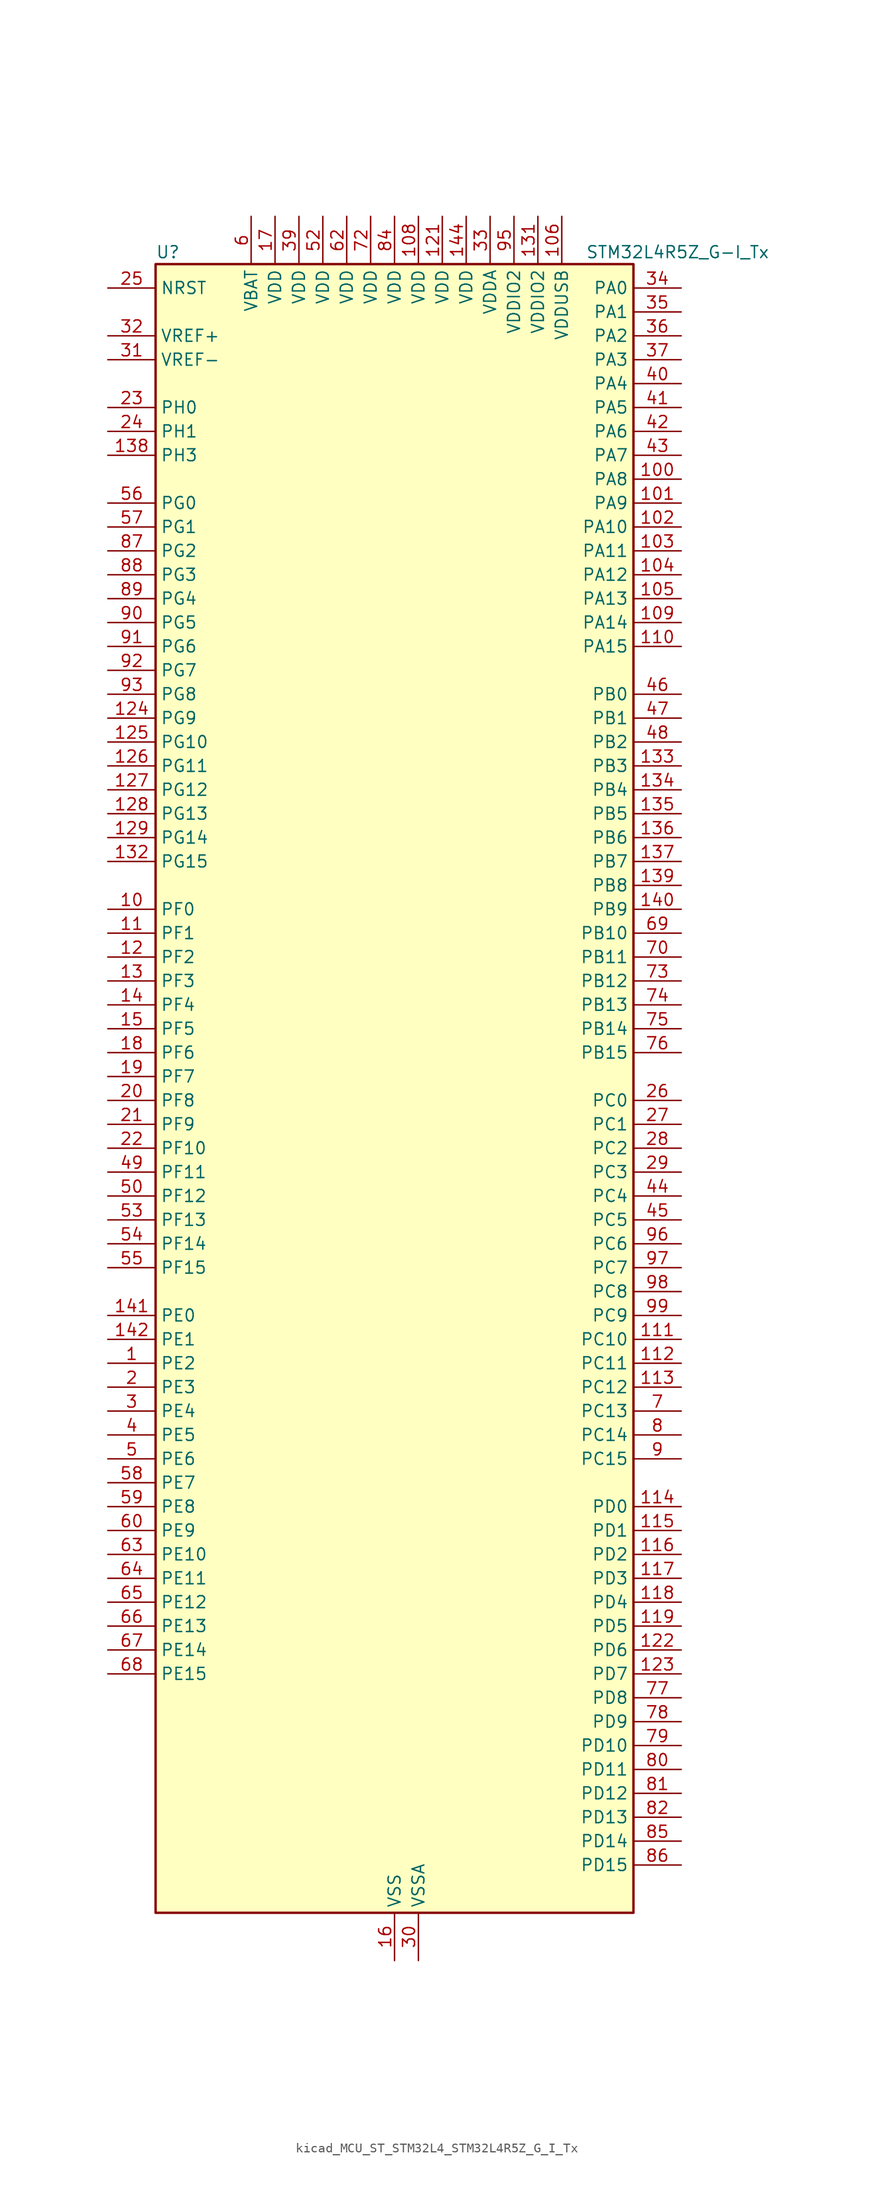
<source format=kicad_sym>
(kicad_symbol_lib
  (version 20220914)
  (generator kicad_symbol_editor)
  (symbol "kicad_MCU_ST_STM32L4_STM32L4R5Z_G_I_Tx"
    (property "Reference" "U"
      (at -25.4 90.17 0)
      (effects (font (size 1.27 1.27)) (justify left)))
    (property "Value" "STM32L4R5Z_G-I_Tx"
      (at 20.32 90.17 0)
      (effects (font (size 1.27 1.27)) (justify left)))
    (property "ki_locked" ""
      (at 0 0 0)
      (effects (font (size 1.27 1.27))))
    (symbol "kicad_MCU_ST_STM32L4_STM32L4R5Z_G_I_Tx_0_1"
      (rectangle (start -25.4 -86.36) (end 25.4 88.9) (stroke (width 0.254) (type default)) (fill (type background))))
    (symbol "kicad_MCU_ST_STM32L4_STM32L4R5Z_G_I_Tx_1_1"
      (pin bidirectional line (at -30.48 -27.94 0) (length 5.08) (name "PE2" (effects (font (size 1.27 1.27)))) (number "1" (effects (font (size 1.27 1.27)))) (alternate "FMC_A23" bidirectional line) (alternate "SAI1_CK1" bidirectional line) (alternate "SAI1_MCLK_A" bidirectional line) (alternate "SYS_TRACECLK" bidirectional line) (alternate "TIM3_ETR" bidirectional line) (alternate "TSC_G7_IO1" bidirectional line))
      (pin bidirectional line (at -30.48 20.32 0) (length 5.08) (name "PF0" (effects (font (size 1.27 1.27)))) (number "10" (effects (font (size 1.27 1.27)))) (alternate "FMC_A0" bidirectional line) (alternate "I2C2_SDA" bidirectional line) (alternate "OCTOSPIM_P2_IO0" bidirectional line))
      (pin bidirectional line (at 30.48 66.04 180) (length 5.08) (name "PA8" (effects (font (size 1.27 1.27)))) (number "100" (effects (font (size 1.27 1.27)))) (alternate "LPTIM2_OUT" bidirectional line) (alternate "RCC_MCO" bidirectional line) (alternate "SAI1_CK2" bidirectional line) (alternate "SAI1_SCK_A" bidirectional line) (alternate "TIM1_CH1" bidirectional line) (alternate "USART1_CK" bidirectional line) (alternate "USB_OTG_FS_SOF" bidirectional line))
      (pin bidirectional line (at 30.48 63.5 180) (length 5.08) (name "PA9" (effects (font (size 1.27 1.27)))) (number "101" (effects (font (size 1.27 1.27)))) (alternate "DAC1_EXTI9" bidirectional line) (alternate "DCMI_D0" bidirectional line) (alternate "SAI1_FS_A" bidirectional line) (alternate "SPI2_SCK" bidirectional line) (alternate "TIM15_BKIN" bidirectional line) (alternate "TIM1_CH2" bidirectional line) (alternate "USART1_TX" bidirectional line) (alternate "USB_OTG_FS_VBUS" bidirectional line))
      (pin bidirectional line (at 30.48 60.96 180) (length 5.08) (name "PA10" (effects (font (size 1.27 1.27)))) (number "102" (effects (font (size 1.27 1.27)))) (alternate "DCMI_D1" bidirectional line) (alternate "SAI1_D1" bidirectional line) (alternate "SAI1_SD_A" bidirectional line) (alternate "TIM17_BKIN" bidirectional line) (alternate "TIM1_CH3" bidirectional line) (alternate "USART1_RX" bidirectional line) (alternate "USB_OTG_FS_ID" bidirectional line))
      (pin bidirectional line (at 30.48 58.42 180) (length 5.08) (name "PA11" (effects (font (size 1.27 1.27)))) (number "103" (effects (font (size 1.27 1.27)))) (alternate "ADC1_EXTI11" bidirectional line) (alternate "CAN1_RX" bidirectional line) (alternate "SPI1_MISO" bidirectional line) (alternate "TIM1_BKIN2" bidirectional line) (alternate "TIM1_CH4" bidirectional line) (alternate "USART1_CTS" bidirectional line) (alternate "USART1_NSS" bidirectional line) (alternate "USB_OTG_FS_DM" bidirectional line))
      (pin bidirectional line (at 30.48 55.88 180) (length 5.08) (name "PA12" (effects (font (size 1.27 1.27)))) (number "104" (effects (font (size 1.27 1.27)))) (alternate "CAN1_TX" bidirectional line) (alternate "SPI1_MOSI" bidirectional line) (alternate "TIM1_ETR" bidirectional line) (alternate "USART1_DE" bidirectional line) (alternate "USART1_RTS" bidirectional line) (alternate "USB_OTG_FS_DP" bidirectional line))
      (pin bidirectional line (at 30.48 53.34 180) (length 5.08) (name "PA13" (effects (font (size 1.27 1.27)))) (number "105" (effects (font (size 1.27 1.27)))) (alternate "IR_OUT" bidirectional line) (alternate "SAI1_SD_B" bidirectional line) (alternate "SYS_JTMS-SWDIO" bidirectional line) (alternate "USB_OTG_FS_NOE" bidirectional line))
      (pin power_in line (at 17.78 93.98 270) (length 5.08) (name "VDDUSB" (effects (font (size 1.27 1.27)))) (number "106" (effects (font (size 1.27 1.27)))))
      (pin passive line (at 0 -91.44 90) (length 5.08) hide (name "VSS" (effects (font (size 1.27 1.27)))) (number "107" (effects (font (size 1.27 1.27)))))
      (pin power_in line (at 2.54 93.98 270) (length 5.08) (name "VDD" (effects (font (size 1.27 1.27)))) (number "108" (effects (font (size 1.27 1.27)))))
      (pin bidirectional line (at 30.48 50.8 180) (length 5.08) (name "PA14" (effects (font (size 1.27 1.27)))) (number "109" (effects (font (size 1.27 1.27)))) (alternate "I2C1_SMBA" bidirectional line) (alternate "I2C4_SMBA" bidirectional line) (alternate "LPTIM1_OUT" bidirectional line) (alternate "SAI1_FS_B" bidirectional line) (alternate "SYS_JTCK-SWCLK" bidirectional line) (alternate "USB_OTG_FS_SOF" bidirectional line))
      (pin bidirectional line (at -30.48 17.78 0) (length 5.08) (name "PF1" (effects (font (size 1.27 1.27)))) (number "11" (effects (font (size 1.27 1.27)))) (alternate "FMC_A1" bidirectional line) (alternate "I2C2_SCL" bidirectional line) (alternate "OCTOSPIM_P2_IO1" bidirectional line))
      (pin bidirectional line (at 30.48 48.26 180) (length 5.08) (name "PA15" (effects (font (size 1.27 1.27)))) (number "110" (effects (font (size 1.27 1.27)))) (alternate "ADC1_EXTI15" bidirectional line) (alternate "SAI2_FS_B" bidirectional line) (alternate "SPI1_NSS" bidirectional line) (alternate "SPI3_NSS" bidirectional line) (alternate "SYS_JTDI" bidirectional line) (alternate "TIM2_CH1" bidirectional line) (alternate "TIM2_ETR" bidirectional line) (alternate "TSC_G3_IO1" bidirectional line) (alternate "UART4_DE" bidirectional line) (alternate "UART4_RTS" bidirectional line) (alternate "USART2_RX" bidirectional line) (alternate "USART3_DE" bidirectional line) (alternate "USART3_RTS" bidirectional line))
      (pin bidirectional line (at 30.48 -25.4 180) (length 5.08) (name "PC10" (effects (font (size 1.27 1.27)))) (number "111" (effects (font (size 1.27 1.27)))) (alternate "DCMI_D8" bidirectional line) (alternate "SAI2_SCK_B" bidirectional line) (alternate "SDMMC1_D2" bidirectional line) (alternate "SPI3_SCK" bidirectional line) (alternate "SYS_TRACED1" bidirectional line) (alternate "TSC_G3_IO2" bidirectional line) (alternate "UART4_TX" bidirectional line) (alternate "USART3_TX" bidirectional line))
      (pin bidirectional line (at 30.48 -27.94 180) (length 5.08) (name "PC11" (effects (font (size 1.27 1.27)))) (number "112" (effects (font (size 1.27 1.27)))) (alternate "ADC1_EXTI11" bidirectional line) (alternate "DCMI_D2" bidirectional line) (alternate "DCMI_D4" bidirectional line) (alternate "OCTOSPIM_P1_NCS" bidirectional line) (alternate "SAI2_MCLK_B" bidirectional line) (alternate "SDMMC1_D3" bidirectional line) (alternate "SPI3_MISO" bidirectional line) (alternate "TSC_G3_IO3" bidirectional line) (alternate "UART4_RX" bidirectional line) (alternate "USART3_RX" bidirectional line))
      (pin bidirectional line (at 30.48 -30.48 180) (length 5.08) (name "PC12" (effects (font (size 1.27 1.27)))) (number "113" (effects (font (size 1.27 1.27)))) (alternate "DCMI_D9" bidirectional line) (alternate "SAI2_SD_B" bidirectional line) (alternate "SDMMC1_CK" bidirectional line) (alternate "SPI3_MOSI" bidirectional line) (alternate "SYS_TRACED3" bidirectional line) (alternate "TSC_G3_IO4" bidirectional line) (alternate "UART5_TX" bidirectional line) (alternate "USART3_CK" bidirectional line))
      (pin bidirectional line (at 30.48 -43.18 180) (length 5.08) (name "PD0" (effects (font (size 1.27 1.27)))) (number "114" (effects (font (size 1.27 1.27)))) (alternate "CAN1_RX" bidirectional line) (alternate "DFSDM1_DATIN7" bidirectional line) (alternate "FMC_D2" bidirectional line) (alternate "FMC_DA2" bidirectional line) (alternate "SPI2_NSS" bidirectional line))
      (pin bidirectional line (at 30.48 -45.72 180) (length 5.08) (name "PD1" (effects (font (size 1.27 1.27)))) (number "115" (effects (font (size 1.27 1.27)))) (alternate "CAN1_TX" bidirectional line) (alternate "DFSDM1_CKIN7" bidirectional line) (alternate "FMC_D3" bidirectional line) (alternate "FMC_DA3" bidirectional line) (alternate "SPI2_SCK" bidirectional line))
      (pin bidirectional line (at 30.48 -48.26 180) (length 5.08) (name "PD2" (effects (font (size 1.27 1.27)))) (number "116" (effects (font (size 1.27 1.27)))) (alternate "DCMI_D11" bidirectional line) (alternate "SDMMC1_CMD" bidirectional line) (alternate "SYS_TRACED2" bidirectional line) (alternate "TIM3_ETR" bidirectional line) (alternate "TSC_SYNC" bidirectional line) (alternate "UART5_RX" bidirectional line) (alternate "USART3_DE" bidirectional line) (alternate "USART3_RTS" bidirectional line))
      (pin bidirectional line (at 30.48 -50.8 180) (length 5.08) (name "PD3" (effects (font (size 1.27 1.27)))) (number "117" (effects (font (size 1.27 1.27)))) (alternate "DCMI_D5" bidirectional line) (alternate "DFSDM1_DATIN0" bidirectional line) (alternate "FMC_CLK" bidirectional line) (alternate "OCTOSPIM_P2_NCS" bidirectional line) (alternate "SPI2_MISO" bidirectional line) (alternate "SPI2_SCK" bidirectional line) (alternate "USART2_CTS" bidirectional line) (alternate "USART2_NSS" bidirectional line))
      (pin bidirectional line (at 30.48 -53.34 180) (length 5.08) (name "PD4" (effects (font (size 1.27 1.27)))) (number "118" (effects (font (size 1.27 1.27)))) (alternate "DFSDM1_CKIN0" bidirectional line) (alternate "FMC_NOE" bidirectional line) (alternate "OCTOSPIM_P1_IO4" bidirectional line) (alternate "SPI2_MOSI" bidirectional line) (alternate "USART2_DE" bidirectional line) (alternate "USART2_RTS" bidirectional line))
      (pin bidirectional line (at 30.48 -55.88 180) (length 5.08) (name "PD5" (effects (font (size 1.27 1.27)))) (number "119" (effects (font (size 1.27 1.27)))) (alternate "FMC_NWE" bidirectional line) (alternate "OCTOSPIM_P1_IO5" bidirectional line) (alternate "USART2_TX" bidirectional line))
      (pin bidirectional line (at -30.48 15.24 0) (length 5.08) (name "PF2" (effects (font (size 1.27 1.27)))) (number "12" (effects (font (size 1.27 1.27)))) (alternate "FMC_A2" bidirectional line) (alternate "I2C2_SMBA" bidirectional line) (alternate "OCTOSPIM_P2_IO2" bidirectional line))
      (pin passive line (at 0 -91.44 90) (length 5.08) hide (name "VSS" (effects (font (size 1.27 1.27)))) (number "120" (effects (font (size 1.27 1.27)))))
      (pin power_in line (at 5.08 93.98 270) (length 5.08) (name "VDD" (effects (font (size 1.27 1.27)))) (number "121" (effects (font (size 1.27 1.27)))))
      (pin bidirectional line (at 30.48 -58.42 180) (length 5.08) (name "PD6" (effects (font (size 1.27 1.27)))) (number "122" (effects (font (size 1.27 1.27)))) (alternate "DCMI_D10" bidirectional line) (alternate "DFSDM1_DATIN1" bidirectional line) (alternate "FMC_NWAIT" bidirectional line) (alternate "OCTOSPIM_P1_IO6" bidirectional line) (alternate "SAI1_D1" bidirectional line) (alternate "SAI1_SD_A" bidirectional line) (alternate "SPI3_MOSI" bidirectional line) (alternate "USART2_RX" bidirectional line))
      (pin bidirectional line (at 30.48 -60.96 180) (length 5.08) (name "PD7" (effects (font (size 1.27 1.27)))) (number "123" (effects (font (size 1.27 1.27)))) (alternate "DFSDM1_CKIN1" bidirectional line) (alternate "FMC_NCE" bidirectional line) (alternate "FMC_NE1" bidirectional line) (alternate "OCTOSPIM_P1_IO7" bidirectional line) (alternate "USART2_CK" bidirectional line))
      (pin bidirectional line (at -30.48 40.64 0) (length 5.08) (name "PG9" (effects (font (size 1.27 1.27)))) (number "124" (effects (font (size 1.27 1.27)))) (alternate "DAC1_EXTI9" bidirectional line) (alternate "FMC_NCE" bidirectional line) (alternate "FMC_NE2" bidirectional line) (alternate "OCTOSPIM_P2_IO6" bidirectional line) (alternate "SAI2_SCK_A" bidirectional line) (alternate "SPI3_SCK" bidirectional line) (alternate "TIM15_CH1N" bidirectional line) (alternate "USART1_TX" bidirectional line))
      (pin bidirectional line (at -30.48 38.1 0) (length 5.08) (name "PG10" (effects (font (size 1.27 1.27)))) (number "125" (effects (font (size 1.27 1.27)))) (alternate "FMC_NE3" bidirectional line) (alternate "LPTIM1_IN1" bidirectional line) (alternate "OCTOSPIM_P2_IO7" bidirectional line) (alternate "SAI2_FS_A" bidirectional line) (alternate "SPI3_MISO" bidirectional line) (alternate "TIM15_CH1" bidirectional line) (alternate "USART1_RX" bidirectional line))
      (pin bidirectional line (at -30.48 35.56 0) (length 5.08) (name "PG11" (effects (font (size 1.27 1.27)))) (number "126" (effects (font (size 1.27 1.27)))) (alternate "ADC1_EXTI11" bidirectional line) (alternate "LPTIM1_IN2" bidirectional line) (alternate "OCTOSPIM_P1_IO5" bidirectional line) (alternate "SAI2_MCLK_A" bidirectional line) (alternate "SPI3_MOSI" bidirectional line) (alternate "TIM15_CH2" bidirectional line) (alternate "USART1_CTS" bidirectional line) (alternate "USART1_NSS" bidirectional line))
      (pin bidirectional line (at -30.48 33.02 0) (length 5.08) (name "PG12" (effects (font (size 1.27 1.27)))) (number "127" (effects (font (size 1.27 1.27)))) (alternate "FMC_NE4" bidirectional line) (alternate "LPTIM1_ETR" bidirectional line) (alternate "OCTOSPIM_P2_NCS" bidirectional line) (alternate "SAI2_SD_A" bidirectional line) (alternate "SPI3_NSS" bidirectional line) (alternate "USART1_DE" bidirectional line) (alternate "USART1_RTS" bidirectional line))
      (pin bidirectional line (at -30.48 30.48 0) (length 5.08) (name "PG13" (effects (font (size 1.27 1.27)))) (number "128" (effects (font (size 1.27 1.27)))) (alternate "FMC_A24" bidirectional line) (alternate "I2C1_SDA" bidirectional line) (alternate "USART1_CK" bidirectional line))
      (pin bidirectional line (at -30.48 27.94 0) (length 5.08) (name "PG14" (effects (font (size 1.27 1.27)))) (number "129" (effects (font (size 1.27 1.27)))) (alternate "FMC_A25" bidirectional line) (alternate "I2C1_SCL" bidirectional line))
      (pin bidirectional line (at -30.48 12.7 0) (length 5.08) (name "PF3" (effects (font (size 1.27 1.27)))) (number "13" (effects (font (size 1.27 1.27)))) (alternate "FMC_A3" bidirectional line) (alternate "OCTOSPIM_P2_IO3" bidirectional line))
      (pin passive line (at 0 -91.44 90) (length 5.08) hide (name "VSS" (effects (font (size 1.27 1.27)))) (number "130" (effects (font (size 1.27 1.27)))))
      (pin power_in line (at 15.24 93.98 270) (length 5.08) (name "VDDIO2" (effects (font (size 1.27 1.27)))) (number "131" (effects (font (size 1.27 1.27)))))
      (pin bidirectional line (at -30.48 25.4 0) (length 5.08) (name "PG15" (effects (font (size 1.27 1.27)))) (number "132" (effects (font (size 1.27 1.27)))) (alternate "ADC1_EXTI15" bidirectional line) (alternate "DCMI_D13" bidirectional line) (alternate "I2C1_SMBA" bidirectional line) (alternate "LPTIM1_OUT" bidirectional line) (alternate "OCTOSPIM_P2_DQS" bidirectional line))
      (pin bidirectional line (at 30.48 35.56 180) (length 5.08) (name "PB3" (effects (font (size 1.27 1.27)))) (number "133" (effects (font (size 1.27 1.27)))) (alternate "COMP2_INM" bidirectional line) (alternate "CRS_SYNC" bidirectional line) (alternate "SAI1_SCK_B" bidirectional line) (alternate "SPI1_SCK" bidirectional line) (alternate "SPI3_SCK" bidirectional line) (alternate "SYS_JTDO-SWO" bidirectional line) (alternate "TIM2_CH2" bidirectional line) (alternate "USART1_DE" bidirectional line) (alternate "USART1_RTS" bidirectional line))
      (pin bidirectional line (at 30.48 33.02 180) (length 5.08) (name "PB4" (effects (font (size 1.27 1.27)))) (number "134" (effects (font (size 1.27 1.27)))) (alternate "COMP2_INP" bidirectional line) (alternate "DCMI_D12" bidirectional line) (alternate "I2C3_SDA" bidirectional line) (alternate "SAI1_MCLK_B" bidirectional line) (alternate "SPI1_MISO" bidirectional line) (alternate "SPI3_MISO" bidirectional line) (alternate "SYS_JTRST" bidirectional line) (alternate "TIM17_BKIN" bidirectional line) (alternate "TIM3_CH1" bidirectional line) (alternate "TSC_G2_IO1" bidirectional line) (alternate "UART5_DE" bidirectional line) (alternate "UART5_RTS" bidirectional line) (alternate "USART1_CTS" bidirectional line) (alternate "USART1_NSS" bidirectional line))
      (pin bidirectional line (at 30.48 30.48 180) (length 5.08) (name "PB5" (effects (font (size 1.27 1.27)))) (number "135" (effects (font (size 1.27 1.27)))) (alternate "COMP2_OUT" bidirectional line) (alternate "DCMI_D10" bidirectional line) (alternate "I2C1_SMBA" bidirectional line) (alternate "LPTIM1_IN1" bidirectional line) (alternate "SAI1_SD_B" bidirectional line) (alternate "SPI1_MOSI" bidirectional line) (alternate "SPI3_MOSI" bidirectional line) (alternate "TIM16_BKIN" bidirectional line) (alternate "TIM3_CH2" bidirectional line) (alternate "TSC_G2_IO2" bidirectional line) (alternate "UART5_CTS" bidirectional line) (alternate "USART1_CK" bidirectional line))
      (pin bidirectional line (at 30.48 27.94 180) (length 5.08) (name "PB6" (effects (font (size 1.27 1.27)))) (number "136" (effects (font (size 1.27 1.27)))) (alternate "COMP2_INP" bidirectional line) (alternate "DCMI_D5" bidirectional line) (alternate "DFSDM1_DATIN5" bidirectional line) (alternate "I2C1_SCL" bidirectional line) (alternate "I2C4_SCL" bidirectional line) (alternate "LPTIM1_ETR" bidirectional line) (alternate "SAI1_FS_B" bidirectional line) (alternate "TIM16_CH1N" bidirectional line) (alternate "TIM4_CH1" bidirectional line) (alternate "TIM8_BKIN2" bidirectional line) (alternate "TSC_G2_IO3" bidirectional line) (alternate "USART1_TX" bidirectional line))
      (pin bidirectional line (at 30.48 25.4 180) (length 5.08) (name "PB7" (effects (font (size 1.27 1.27)))) (number "137" (effects (font (size 1.27 1.27)))) (alternate "COMP2_INM" bidirectional line) (alternate "DCMI_VSYNC" bidirectional line) (alternate "DFSDM1_CKIN5" bidirectional line) (alternate "FMC_NL" bidirectional line) (alternate "I2C1_SDA" bidirectional line) (alternate "I2C4_SDA" bidirectional line) (alternate "LPTIM1_IN2" bidirectional line) (alternate "SYS_PVD_IN" bidirectional line) (alternate "TIM17_CH1N" bidirectional line) (alternate "TIM4_CH2" bidirectional line) (alternate "TIM8_BKIN" bidirectional line) (alternate "TSC_G2_IO4" bidirectional line) (alternate "UART4_CTS" bidirectional line) (alternate "USART1_RX" bidirectional line))
      (pin bidirectional line (at -30.48 68.58 0) (length 5.08) (name "PH3" (effects (font (size 1.27 1.27)))) (number "138" (effects (font (size 1.27 1.27)))))
      (pin bidirectional line (at 30.48 22.86 180) (length 5.08) (name "PB8" (effects (font (size 1.27 1.27)))) (number "139" (effects (font (size 1.27 1.27)))) (alternate "CAN1_RX" bidirectional line) (alternate "DCMI_D6" bidirectional line) (alternate "DFSDM1_CKOUT" bidirectional line) (alternate "DFSDM1_DATIN6" bidirectional line) (alternate "I2C1_SCL" bidirectional line) (alternate "SAI1_CK1" bidirectional line) (alternate "SAI1_MCLK_A" bidirectional line) (alternate "SDMMC1_CKIN" bidirectional line) (alternate "SDMMC1_D4" bidirectional line) (alternate "TIM16_CH1" bidirectional line) (alternate "TIM4_CH3" bidirectional line))
      (pin bidirectional line (at -30.48 10.16 0) (length 5.08) (name "PF4" (effects (font (size 1.27 1.27)))) (number "14" (effects (font (size 1.27 1.27)))) (alternate "FMC_A4" bidirectional line) (alternate "OCTOSPIM_P2_CLK" bidirectional line))
      (pin bidirectional line (at 30.48 20.32 180) (length 5.08) (name "PB9" (effects (font (size 1.27 1.27)))) (number "140" (effects (font (size 1.27 1.27)))) (alternate "CAN1_TX" bidirectional line) (alternate "DAC1_EXTI9" bidirectional line) (alternate "DCMI_D7" bidirectional line) (alternate "DFSDM1_CKIN6" bidirectional line) (alternate "I2C1_SDA" bidirectional line) (alternate "IR_OUT" bidirectional line) (alternate "SAI1_D2" bidirectional line) (alternate "SAI1_FS_A" bidirectional line) (alternate "SDMMC1_CDIR" bidirectional line) (alternate "SDMMC1_D5" bidirectional line) (alternate "SPI2_NSS" bidirectional line) (alternate "TIM17_CH1" bidirectional line) (alternate "TIM4_CH4" bidirectional line))
      (pin bidirectional line (at -30.48 -22.86 0) (length 5.08) (name "PE0" (effects (font (size 1.27 1.27)))) (number "141" (effects (font (size 1.27 1.27)))) (alternate "DCMI_D2" bidirectional line) (alternate "FMC_NBL0" bidirectional line) (alternate "TIM16_CH1" bidirectional line) (alternate "TIM4_ETR" bidirectional line))
      (pin bidirectional line (at -30.48 -25.4 0) (length 5.08) (name "PE1" (effects (font (size 1.27 1.27)))) (number "142" (effects (font (size 1.27 1.27)))) (alternate "DCMI_D3" bidirectional line) (alternate "FMC_NBL1" bidirectional line) (alternate "TIM17_CH1" bidirectional line))
      (pin passive line (at 0 -91.44 90) (length 5.08) hide (name "VSS" (effects (font (size 1.27 1.27)))) (number "143" (effects (font (size 1.27 1.27)))))
      (pin power_in line (at 7.62 93.98 270) (length 5.08) (name "VDD" (effects (font (size 1.27 1.27)))) (number "144" (effects (font (size 1.27 1.27)))))
      (pin bidirectional line (at -30.48 7.62 0) (length 5.08) (name "PF5" (effects (font (size 1.27 1.27)))) (number "15" (effects (font (size 1.27 1.27)))) (alternate "FMC_A5" bidirectional line))
      (pin power_in line (at 0 -91.44 90) (length 5.08) (name "VSS" (effects (font (size 1.27 1.27)))) (number "16" (effects (font (size 1.27 1.27)))))
      (pin power_in line (at -12.7 93.98 270) (length 5.08) (name "VDD" (effects (font (size 1.27 1.27)))) (number "17" (effects (font (size 1.27 1.27)))))
      (pin bidirectional line (at -30.48 5.08 0) (length 5.08) (name "PF6" (effects (font (size 1.27 1.27)))) (number "18" (effects (font (size 1.27 1.27)))) (alternate "OCTOSPIM_P1_IO3" bidirectional line) (alternate "SAI1_SD_B" bidirectional line) (alternate "TIM5_CH1" bidirectional line) (alternate "TIM5_ETR" bidirectional line))
      (pin bidirectional line (at -30.48 2.54 0) (length 5.08) (name "PF7" (effects (font (size 1.27 1.27)))) (number "19" (effects (font (size 1.27 1.27)))) (alternate "OCTOSPIM_P1_IO2" bidirectional line) (alternate "SAI1_MCLK_B" bidirectional line) (alternate "TIM5_CH2" bidirectional line))
      (pin bidirectional line (at -30.48 -30.48 0) (length 5.08) (name "PE3" (effects (font (size 1.27 1.27)))) (number "2" (effects (font (size 1.27 1.27)))) (alternate "FMC_A19" bidirectional line) (alternate "OCTOSPIM_P1_DQS" bidirectional line) (alternate "SAI1_SD_B" bidirectional line) (alternate "SYS_TRACED0" bidirectional line) (alternate "TIM3_CH1" bidirectional line) (alternate "TSC_G7_IO2" bidirectional line))
      (pin bidirectional line (at -30.48 0 0) (length 5.08) (name "PF8" (effects (font (size 1.27 1.27)))) (number "20" (effects (font (size 1.27 1.27)))) (alternate "OCTOSPIM_P1_IO0" bidirectional line) (alternate "SAI1_SCK_B" bidirectional line) (alternate "TIM5_CH3" bidirectional line))
      (pin bidirectional line (at -30.48 -2.54 0) (length 5.08) (name "PF9" (effects (font (size 1.27 1.27)))) (number "21" (effects (font (size 1.27 1.27)))) (alternate "DAC1_EXTI9" bidirectional line) (alternate "OCTOSPIM_P1_IO1" bidirectional line) (alternate "SAI1_FS_B" bidirectional line) (alternate "TIM15_CH1" bidirectional line) (alternate "TIM5_CH4" bidirectional line))
      (pin bidirectional line (at -30.48 -5.08 0) (length 5.08) (name "PF10" (effects (font (size 1.27 1.27)))) (number "22" (effects (font (size 1.27 1.27)))) (alternate "DCMI_D11" bidirectional line) (alternate "DFSDM1_CKOUT" bidirectional line) (alternate "OCTOSPIM_P1_CLK" bidirectional line) (alternate "SAI1_D3" bidirectional line) (alternate "TIM15_CH2" bidirectional line))
      (pin bidirectional line (at -30.48 73.66 0) (length 5.08) (name "PH0" (effects (font (size 1.27 1.27)))) (number "23" (effects (font (size 1.27 1.27)))) (alternate "RCC_OSC_IN" bidirectional line))
      (pin bidirectional line (at -30.48 71.12 0) (length 5.08) (name "PH1" (effects (font (size 1.27 1.27)))) (number "24" (effects (font (size 1.27 1.27)))) (alternate "RCC_OSC_OUT" bidirectional line))
      (pin input line (at -30.48 86.36 0) (length 5.08) (name "NRST" (effects (font (size 1.27 1.27)))) (number "25" (effects (font (size 1.27 1.27)))))
      (pin bidirectional line (at 30.48 0 180) (length 5.08) (name "PC0" (effects (font (size 1.27 1.27)))) (number "26" (effects (font (size 1.27 1.27)))) (alternate "ADC1_IN1" bidirectional line) (alternate "DFSDM1_DATIN4" bidirectional line) (alternate "I2C3_SCL" bidirectional line) (alternate "LPTIM1_IN1" bidirectional line) (alternate "LPTIM2_IN1" bidirectional line) (alternate "LPUART1_RX" bidirectional line) (alternate "SAI2_FS_A" bidirectional line))
      (pin bidirectional line (at 30.48 -2.54 180) (length 5.08) (name "PC1" (effects (font (size 1.27 1.27)))) (number "27" (effects (font (size 1.27 1.27)))) (alternate "ADC1_IN2" bidirectional line) (alternate "DFSDM1_CKIN4" bidirectional line) (alternate "I2C3_SDA" bidirectional line) (alternate "LPTIM1_OUT" bidirectional line) (alternate "LPUART1_TX" bidirectional line) (alternate "OCTOSPIM_P1_IO4" bidirectional line) (alternate "SAI1_SD_A" bidirectional line) (alternate "SPI2_MOSI" bidirectional line) (alternate "SYS_TRACED0" bidirectional line))
      (pin bidirectional line (at 30.48 -5.08 180) (length 5.08) (name "PC2" (effects (font (size 1.27 1.27)))) (number "28" (effects (font (size 1.27 1.27)))) (alternate "ADC1_IN3" bidirectional line) (alternate "DFSDM1_CKOUT" bidirectional line) (alternate "LPTIM1_IN2" bidirectional line) (alternate "OCTOSPIM_P1_IO5" bidirectional line) (alternate "SPI2_MISO" bidirectional line))
      (pin bidirectional line (at 30.48 -7.62 180) (length 5.08) (name "PC3" (effects (font (size 1.27 1.27)))) (number "29" (effects (font (size 1.27 1.27)))) (alternate "ADC1_IN4" bidirectional line) (alternate "LPTIM1_ETR" bidirectional line) (alternate "LPTIM2_ETR" bidirectional line) (alternate "OCTOSPIM_P1_IO6" bidirectional line) (alternate "SAI1_D1" bidirectional line) (alternate "SAI1_SD_A" bidirectional line) (alternate "SPI2_MOSI" bidirectional line))
      (pin bidirectional line (at -30.48 -33.02 0) (length 5.08) (name "PE4" (effects (font (size 1.27 1.27)))) (number "3" (effects (font (size 1.27 1.27)))) (alternate "DCMI_D4" bidirectional line) (alternate "DFSDM1_DATIN3" bidirectional line) (alternate "FMC_A20" bidirectional line) (alternate "SAI1_D2" bidirectional line) (alternate "SAI1_FS_A" bidirectional line) (alternate "SYS_TRACED1" bidirectional line) (alternate "TIM3_CH2" bidirectional line) (alternate "TSC_G7_IO3" bidirectional line))
      (pin power_in line (at 2.54 -91.44 90) (length 5.08) (name "VSSA" (effects (font (size 1.27 1.27)))) (number "30" (effects (font (size 1.27 1.27)))))
      (pin input line (at -30.48 78.74 0) (length 5.08) (name "VREF-" (effects (font (size 1.27 1.27)))) (number "31" (effects (font (size 1.27 1.27)))))
      (pin input line (at -30.48 81.28 0) (length 5.08) (name "VREF+" (effects (font (size 1.27 1.27)))) (number "32" (effects (font (size 1.27 1.27)))) (alternate "VREFBUF_OUT" bidirectional line))
      (pin power_in line (at 10.16 93.98 270) (length 5.08) (name "VDDA" (effects (font (size 1.27 1.27)))) (number "33" (effects (font (size 1.27 1.27)))))
      (pin bidirectional line (at 30.48 86.36 180) (length 5.08) (name "PA0" (effects (font (size 1.27 1.27)))) (number "34" (effects (font (size 1.27 1.27)))) (alternate "ADC1_IN5" bidirectional line) (alternate "OPAMP1_VINP" bidirectional line) (alternate "RTC_TAMP2" bidirectional line) (alternate "SAI1_EXTCLK" bidirectional line) (alternate "SYS_WKUP1" bidirectional line) (alternate "TIM2_CH1" bidirectional line) (alternate "TIM2_ETR" bidirectional line) (alternate "TIM5_CH1" bidirectional line) (alternate "TIM8_ETR" bidirectional line) (alternate "UART4_TX" bidirectional line) (alternate "USART2_CTS" bidirectional line) (alternate "USART2_NSS" bidirectional line))
      (pin bidirectional line (at 30.48 83.82 180) (length 5.08) (name "PA1" (effects (font (size 1.27 1.27)))) (number "35" (effects (font (size 1.27 1.27)))) (alternate "ADC1_IN6" bidirectional line) (alternate "I2C1_SMBA" bidirectional line) (alternate "OCTOSPIM_P1_DQS" bidirectional line) (alternate "OPAMP1_VINM" bidirectional line) (alternate "SPI1_SCK" bidirectional line) (alternate "TIM15_CH1N" bidirectional line) (alternate "TIM2_CH2" bidirectional line) (alternate "TIM5_CH2" bidirectional line) (alternate "UART4_RX" bidirectional line) (alternate "USART2_DE" bidirectional line) (alternate "USART2_RTS" bidirectional line))
      (pin bidirectional line (at 30.48 81.28 180) (length 5.08) (name "PA2" (effects (font (size 1.27 1.27)))) (number "36" (effects (font (size 1.27 1.27)))) (alternate "ADC1_IN7" bidirectional line) (alternate "LPUART1_TX" bidirectional line) (alternate "OCTOSPIM_P1_NCS" bidirectional line) (alternate "RCC_LSCO" bidirectional line) (alternate "SAI2_EXTCLK" bidirectional line) (alternate "SYS_WKUP4" bidirectional line) (alternate "TIM15_CH1" bidirectional line) (alternate "TIM2_CH3" bidirectional line) (alternate "TIM5_CH3" bidirectional line) (alternate "USART2_TX" bidirectional line))
      (pin bidirectional line (at 30.48 78.74 180) (length 5.08) (name "PA3" (effects (font (size 1.27 1.27)))) (number "37" (effects (font (size 1.27 1.27)))) (alternate "ADC1_IN8" bidirectional line) (alternate "LPUART1_RX" bidirectional line) (alternate "OCTOSPIM_P1_CLK" bidirectional line) (alternate "OPAMP1_VOUT" bidirectional line) (alternate "SAI1_CK1" bidirectional line) (alternate "SAI1_MCLK_A" bidirectional line) (alternate "TIM15_CH2" bidirectional line) (alternate "TIM2_CH4" bidirectional line) (alternate "TIM5_CH4" bidirectional line) (alternate "USART2_RX" bidirectional line))
      (pin passive line (at 0 -91.44 90) (length 5.08) hide (name "VSS" (effects (font (size 1.27 1.27)))) (number "38" (effects (font (size 1.27 1.27)))))
      (pin power_in line (at -10.16 93.98 270) (length 5.08) (name "VDD" (effects (font (size 1.27 1.27)))) (number "39" (effects (font (size 1.27 1.27)))))
      (pin bidirectional line (at -30.48 -35.56 0) (length 5.08) (name "PE5" (effects (font (size 1.27 1.27)))) (number "4" (effects (font (size 1.27 1.27)))) (alternate "DCMI_D6" bidirectional line) (alternate "DFSDM1_CKIN3" bidirectional line) (alternate "FMC_A21" bidirectional line) (alternate "SAI1_CK2" bidirectional line) (alternate "SAI1_SCK_A" bidirectional line) (alternate "SYS_TRACED2" bidirectional line) (alternate "TIM3_CH3" bidirectional line) (alternate "TSC_G7_IO4" bidirectional line))
      (pin bidirectional line (at 30.48 76.2 180) (length 5.08) (name "PA4" (effects (font (size 1.27 1.27)))) (number "40" (effects (font (size 1.27 1.27)))) (alternate "ADC1_IN9" bidirectional line) (alternate "DAC1_OUT1" bidirectional line) (alternate "DCMI_HSYNC" bidirectional line) (alternate "LPTIM2_OUT" bidirectional line) (alternate "OCTOSPIM_P1_NCS" bidirectional line) (alternate "SAI1_FS_B" bidirectional line) (alternate "SPI1_NSS" bidirectional line) (alternate "SPI3_NSS" bidirectional line) (alternate "USART2_CK" bidirectional line))
      (pin bidirectional line (at 30.48 73.66 180) (length 5.08) (name "PA5" (effects (font (size 1.27 1.27)))) (number "41" (effects (font (size 1.27 1.27)))) (alternate "ADC1_IN10" bidirectional line) (alternate "DAC1_OUT2" bidirectional line) (alternate "LPTIM2_ETR" bidirectional line) (alternate "SPI1_SCK" bidirectional line) (alternate "TIM2_CH1" bidirectional line) (alternate "TIM2_ETR" bidirectional line) (alternate "TIM8_CH1N" bidirectional line))
      (pin bidirectional line (at 30.48 71.12 180) (length 5.08) (name "PA6" (effects (font (size 1.27 1.27)))) (number "42" (effects (font (size 1.27 1.27)))) (alternate "ADC1_IN11" bidirectional line) (alternate "DCMI_PIXCLK" bidirectional line) (alternate "LPUART1_CTS" bidirectional line) (alternate "OCTOSPIM_P1_IO3" bidirectional line) (alternate "OPAMP2_VINP" bidirectional line) (alternate "SPI1_MISO" bidirectional line) (alternate "TIM16_CH1" bidirectional line) (alternate "TIM1_BKIN" bidirectional line) (alternate "TIM3_CH1" bidirectional line) (alternate "TIM8_BKIN" bidirectional line) (alternate "USART3_CTS" bidirectional line) (alternate "USART3_NSS" bidirectional line))
      (pin bidirectional line (at 30.48 68.58 180) (length 5.08) (name "PA7" (effects (font (size 1.27 1.27)))) (number "43" (effects (font (size 1.27 1.27)))) (alternate "ADC1_IN12" bidirectional line) (alternate "I2C3_SCL" bidirectional line) (alternate "OCTOSPIM_P1_IO2" bidirectional line) (alternate "OPAMP2_VINM" bidirectional line) (alternate "SPI1_MOSI" bidirectional line) (alternate "TIM17_CH1" bidirectional line) (alternate "TIM1_CH1N" bidirectional line) (alternate "TIM3_CH2" bidirectional line) (alternate "TIM8_CH1N" bidirectional line))
      (pin bidirectional line (at 30.48 -10.16 180) (length 5.08) (name "PC4" (effects (font (size 1.27 1.27)))) (number "44" (effects (font (size 1.27 1.27)))) (alternate "ADC1_IN13" bidirectional line) (alternate "COMP1_INM" bidirectional line) (alternate "OCTOSPIM_P1_IO7" bidirectional line) (alternate "USART3_TX" bidirectional line))
      (pin bidirectional line (at 30.48 -12.7 180) (length 5.08) (name "PC5" (effects (font (size 1.27 1.27)))) (number "45" (effects (font (size 1.27 1.27)))) (alternate "ADC1_IN14" bidirectional line) (alternate "COMP1_INP" bidirectional line) (alternate "SAI1_D3" bidirectional line) (alternate "SYS_WKUP5" bidirectional line) (alternate "USART3_RX" bidirectional line))
      (pin bidirectional line (at 30.48 43.18 180) (length 5.08) (name "PB0" (effects (font (size 1.27 1.27)))) (number "46" (effects (font (size 1.27 1.27)))) (alternate "ADC1_IN15" bidirectional line) (alternate "COMP1_OUT" bidirectional line) (alternate "OCTOSPIM_P1_IO1" bidirectional line) (alternate "OPAMP2_VOUT" bidirectional line) (alternate "SAI1_EXTCLK" bidirectional line) (alternate "SPI1_NSS" bidirectional line) (alternate "TIM1_CH2N" bidirectional line) (alternate "TIM3_CH3" bidirectional line) (alternate "TIM8_CH2N" bidirectional line) (alternate "USART3_CK" bidirectional line))
      (pin bidirectional line (at 30.48 40.64 180) (length 5.08) (name "PB1" (effects (font (size 1.27 1.27)))) (number "47" (effects (font (size 1.27 1.27)))) (alternate "ADC1_IN16" bidirectional line) (alternate "COMP1_INM" bidirectional line) (alternate "DFSDM1_DATIN0" bidirectional line) (alternate "LPTIM2_IN1" bidirectional line) (alternate "LPUART1_DE" bidirectional line) (alternate "LPUART1_RTS" bidirectional line) (alternate "OCTOSPIM_P1_IO0" bidirectional line) (alternate "TIM1_CH3N" bidirectional line) (alternate "TIM3_CH4" bidirectional line) (alternate "TIM8_CH3N" bidirectional line) (alternate "USART3_DE" bidirectional line) (alternate "USART3_RTS" bidirectional line))
      (pin bidirectional line (at 30.48 38.1 180) (length 5.08) (name "PB2" (effects (font (size 1.27 1.27)))) (number "48" (effects (font (size 1.27 1.27)))) (alternate "COMP1_INP" bidirectional line) (alternate "DFSDM1_CKIN0" bidirectional line) (alternate "I2C3_SMBA" bidirectional line) (alternate "LPTIM1_OUT" bidirectional line) (alternate "OCTOSPIM_P1_DQS" bidirectional line) (alternate "RTC_OUT_ALARM" bidirectional line) (alternate "RTC_OUT_CALIB" bidirectional line))
      (pin bidirectional line (at -30.48 -7.62 0) (length 5.08) (name "PF11" (effects (font (size 1.27 1.27)))) (number "49" (effects (font (size 1.27 1.27)))) (alternate "ADC1_EXTI11" bidirectional line) (alternate "DCMI_D12" bidirectional line))
      (pin bidirectional line (at -30.48 -38.1 0) (length 5.08) (name "PE6" (effects (font (size 1.27 1.27)))) (number "5" (effects (font (size 1.27 1.27)))) (alternate "DCMI_D7" bidirectional line) (alternate "FMC_A22" bidirectional line) (alternate "RTC_TAMP3" bidirectional line) (alternate "SAI1_D1" bidirectional line) (alternate "SAI1_SD_A" bidirectional line) (alternate "SYS_TRACED3" bidirectional line) (alternate "SYS_WKUP3" bidirectional line) (alternate "TIM3_CH4" bidirectional line))
      (pin bidirectional line (at -30.48 -10.16 0) (length 5.08) (name "PF12" (effects (font (size 1.27 1.27)))) (number "50" (effects (font (size 1.27 1.27)))) (alternate "FMC_A6" bidirectional line) (alternate "OCTOSPIM_P2_DQS" bidirectional line))
      (pin passive line (at 0 -91.44 90) (length 5.08) hide (name "VSS" (effects (font (size 1.27 1.27)))) (number "51" (effects (font (size 1.27 1.27)))))
      (pin power_in line (at -7.62 93.98 270) (length 5.08) (name "VDD" (effects (font (size 1.27 1.27)))) (number "52" (effects (font (size 1.27 1.27)))))
      (pin bidirectional line (at -30.48 -12.7 0) (length 5.08) (name "PF13" (effects (font (size 1.27 1.27)))) (number "53" (effects (font (size 1.27 1.27)))) (alternate "DFSDM1_DATIN6" bidirectional line) (alternate "FMC_A7" bidirectional line) (alternate "I2C4_SMBA" bidirectional line))
      (pin bidirectional line (at -30.48 -15.24 0) (length 5.08) (name "PF14" (effects (font (size 1.27 1.27)))) (number "54" (effects (font (size 1.27 1.27)))) (alternate "DFSDM1_CKIN6" bidirectional line) (alternate "FMC_A8" bidirectional line) (alternate "I2C4_SCL" bidirectional line) (alternate "TSC_G8_IO1" bidirectional line))
      (pin bidirectional line (at -30.48 -17.78 0) (length 5.08) (name "PF15" (effects (font (size 1.27 1.27)))) (number "55" (effects (font (size 1.27 1.27)))) (alternate "ADC1_EXTI15" bidirectional line) (alternate "FMC_A9" bidirectional line) (alternate "I2C4_SDA" bidirectional line) (alternate "TSC_G8_IO2" bidirectional line))
      (pin bidirectional line (at -30.48 63.5 0) (length 5.08) (name "PG0" (effects (font (size 1.27 1.27)))) (number "56" (effects (font (size 1.27 1.27)))) (alternate "FMC_A10" bidirectional line) (alternate "OCTOSPIM_P2_IO4" bidirectional line) (alternate "TSC_G8_IO3" bidirectional line))
      (pin bidirectional line (at -30.48 60.96 0) (length 5.08) (name "PG1" (effects (font (size 1.27 1.27)))) (number "57" (effects (font (size 1.27 1.27)))) (alternate "FMC_A11" bidirectional line) (alternate "OCTOSPIM_P2_IO5" bidirectional line) (alternate "TSC_G8_IO4" bidirectional line))
      (pin bidirectional line (at -30.48 -40.64 0) (length 5.08) (name "PE7" (effects (font (size 1.27 1.27)))) (number "58" (effects (font (size 1.27 1.27)))) (alternate "DFSDM1_DATIN2" bidirectional line) (alternate "FMC_D4" bidirectional line) (alternate "FMC_DA4" bidirectional line) (alternate "SAI1_SD_B" bidirectional line) (alternate "TIM1_ETR" bidirectional line))
      (pin bidirectional line (at -30.48 -43.18 0) (length 5.08) (name "PE8" (effects (font (size 1.27 1.27)))) (number "59" (effects (font (size 1.27 1.27)))) (alternate "DFSDM1_CKIN2" bidirectional line) (alternate "FMC_D5" bidirectional line) (alternate "FMC_DA5" bidirectional line) (alternate "SAI1_SCK_B" bidirectional line) (alternate "TIM1_CH1N" bidirectional line))
      (pin power_in line (at -15.24 93.98 270) (length 5.08) (name "VBAT" (effects (font (size 1.27 1.27)))) (number "6" (effects (font (size 1.27 1.27)))))
      (pin bidirectional line (at -30.48 -45.72 0) (length 5.08) (name "PE9" (effects (font (size 1.27 1.27)))) (number "60" (effects (font (size 1.27 1.27)))) (alternate "DAC1_EXTI9" bidirectional line) (alternate "DFSDM1_CKOUT" bidirectional line) (alternate "FMC_D6" bidirectional line) (alternate "FMC_DA6" bidirectional line) (alternate "SAI1_FS_B" bidirectional line) (alternate "TIM1_CH1" bidirectional line))
      (pin passive line (at 0 -91.44 90) (length 5.08) hide (name "VSS" (effects (font (size 1.27 1.27)))) (number "61" (effects (font (size 1.27 1.27)))))
      (pin power_in line (at -5.08 93.98 270) (length 5.08) (name "VDD" (effects (font (size 1.27 1.27)))) (number "62" (effects (font (size 1.27 1.27)))))
      (pin bidirectional line (at -30.48 -48.26 0) (length 5.08) (name "PE10" (effects (font (size 1.27 1.27)))) (number "63" (effects (font (size 1.27 1.27)))) (alternate "DFSDM1_DATIN4" bidirectional line) (alternate "FMC_D7" bidirectional line) (alternate "FMC_DA7" bidirectional line) (alternate "OCTOSPIM_P1_CLK" bidirectional line) (alternate "SAI1_MCLK_B" bidirectional line) (alternate "TIM1_CH2N" bidirectional line) (alternate "TSC_G5_IO1" bidirectional line))
      (pin bidirectional line (at -30.48 -50.8 0) (length 5.08) (name "PE11" (effects (font (size 1.27 1.27)))) (number "64" (effects (font (size 1.27 1.27)))) (alternate "ADC1_EXTI11" bidirectional line) (alternate "DFSDM1_CKIN4" bidirectional line) (alternate "FMC_D8" bidirectional line) (alternate "FMC_DA8" bidirectional line) (alternate "OCTOSPIM_P1_NCS" bidirectional line) (alternate "TIM1_CH2" bidirectional line) (alternate "TSC_G5_IO2" bidirectional line))
      (pin bidirectional line (at -30.48 -53.34 0) (length 5.08) (name "PE12" (effects (font (size 1.27 1.27)))) (number "65" (effects (font (size 1.27 1.27)))) (alternate "DFSDM1_DATIN5" bidirectional line) (alternate "FMC_D9" bidirectional line) (alternate "FMC_DA9" bidirectional line) (alternate "OCTOSPIM_P1_IO0" bidirectional line) (alternate "SPI1_NSS" bidirectional line) (alternate "TIM1_CH3N" bidirectional line) (alternate "TSC_G5_IO3" bidirectional line))
      (pin bidirectional line (at -30.48 -55.88 0) (length 5.08) (name "PE13" (effects (font (size 1.27 1.27)))) (number "66" (effects (font (size 1.27 1.27)))) (alternate "DFSDM1_CKIN5" bidirectional line) (alternate "FMC_D10" bidirectional line) (alternate "FMC_DA10" bidirectional line) (alternate "OCTOSPIM_P1_IO1" bidirectional line) (alternate "SPI1_SCK" bidirectional line) (alternate "TIM1_CH3" bidirectional line) (alternate "TSC_G5_IO4" bidirectional line))
      (pin bidirectional line (at -30.48 -58.42 0) (length 5.08) (name "PE14" (effects (font (size 1.27 1.27)))) (number "67" (effects (font (size 1.27 1.27)))) (alternate "FMC_D11" bidirectional line) (alternate "FMC_DA11" bidirectional line) (alternate "OCTOSPIM_P1_IO2" bidirectional line) (alternate "SPI1_MISO" bidirectional line) (alternate "TIM1_BKIN2" bidirectional line) (alternate "TIM1_CH4" bidirectional line))
      (pin bidirectional line (at -30.48 -60.96 0) (length 5.08) (name "PE15" (effects (font (size 1.27 1.27)))) (number "68" (effects (font (size 1.27 1.27)))) (alternate "ADC1_EXTI15" bidirectional line) (alternate "FMC_D12" bidirectional line) (alternate "FMC_DA12" bidirectional line) (alternate "OCTOSPIM_P1_IO3" bidirectional line) (alternate "SPI1_MOSI" bidirectional line) (alternate "TIM1_BKIN" bidirectional line))
      (pin bidirectional line (at 30.48 17.78 180) (length 5.08) (name "PB10" (effects (font (size 1.27 1.27)))) (number "69" (effects (font (size 1.27 1.27)))) (alternate "COMP1_OUT" bidirectional line) (alternate "DFSDM1_DATIN7" bidirectional line) (alternate "I2C2_SCL" bidirectional line) (alternate "I2C4_SCL" bidirectional line) (alternate "LPUART1_RX" bidirectional line) (alternate "OCTOSPIM_P1_CLK" bidirectional line) (alternate "SAI1_SCK_A" bidirectional line) (alternate "SPI2_SCK" bidirectional line) (alternate "TIM2_CH3" bidirectional line) (alternate "TSC_SYNC" bidirectional line) (alternate "USART3_TX" bidirectional line))
      (pin bidirectional line (at 30.48 -33.02 180) (length 5.08) (name "PC13" (effects (font (size 1.27 1.27)))) (number "7" (effects (font (size 1.27 1.27)))) (alternate "RTC_OUT_ALARM" bidirectional line) (alternate "RTC_OUT_CALIB" bidirectional line) (alternate "RTC_TAMP1" bidirectional line) (alternate "RTC_TS" bidirectional line) (alternate "SYS_WKUP2" bidirectional line))
      (pin bidirectional line (at 30.48 15.24 180) (length 5.08) (name "PB11" (effects (font (size 1.27 1.27)))) (number "70" (effects (font (size 1.27 1.27)))) (alternate "ADC1_EXTI11" bidirectional line) (alternate "COMP2_OUT" bidirectional line) (alternate "DFSDM1_CKIN7" bidirectional line) (alternate "I2C2_SDA" bidirectional line) (alternate "I2C4_SDA" bidirectional line) (alternate "LPUART1_TX" bidirectional line) (alternate "OCTOSPIM_P1_NCS" bidirectional line) (alternate "TIM2_CH4" bidirectional line) (alternate "USART3_RX" bidirectional line))
      (pin passive line (at 0 -91.44 90) (length 5.08) hide (name "VSS" (effects (font (size 1.27 1.27)))) (number "71" (effects (font (size 1.27 1.27)))))
      (pin power_in line (at -2.54 93.98 270) (length 5.08) (name "VDD" (effects (font (size 1.27 1.27)))) (number "72" (effects (font (size 1.27 1.27)))))
      (pin bidirectional line (at 30.48 12.7 180) (length 5.08) (name "PB12" (effects (font (size 1.27 1.27)))) (number "73" (effects (font (size 1.27 1.27)))) (alternate "DFSDM1_DATIN1" bidirectional line) (alternate "I2C2_SMBA" bidirectional line) (alternate "LPUART1_DE" bidirectional line) (alternate "LPUART1_RTS" bidirectional line) (alternate "SAI2_FS_A" bidirectional line) (alternate "SPI2_NSS" bidirectional line) (alternate "TIM15_BKIN" bidirectional line) (alternate "TIM1_BKIN" bidirectional line) (alternate "TSC_G1_IO1" bidirectional line) (alternate "USART3_CK" bidirectional line))
      (pin bidirectional line (at 30.48 10.16 180) (length 5.08) (name "PB13" (effects (font (size 1.27 1.27)))) (number "74" (effects (font (size 1.27 1.27)))) (alternate "DFSDM1_CKIN1" bidirectional line) (alternate "I2C2_SCL" bidirectional line) (alternate "LPUART1_CTS" bidirectional line) (alternate "SAI2_SCK_A" bidirectional line) (alternate "SPI2_SCK" bidirectional line) (alternate "TIM15_CH1N" bidirectional line) (alternate "TIM1_CH1N" bidirectional line) (alternate "TSC_G1_IO2" bidirectional line) (alternate "USART3_CTS" bidirectional line) (alternate "USART3_NSS" bidirectional line))
      (pin bidirectional line (at 30.48 7.62 180) (length 5.08) (name "PB14" (effects (font (size 1.27 1.27)))) (number "75" (effects (font (size 1.27 1.27)))) (alternate "DFSDM1_DATIN2" bidirectional line) (alternate "I2C2_SDA" bidirectional line) (alternate "SAI2_MCLK_A" bidirectional line) (alternate "SPI2_MISO" bidirectional line) (alternate "TIM15_CH1" bidirectional line) (alternate "TIM1_CH2N" bidirectional line) (alternate "TIM8_CH2N" bidirectional line) (alternate "TSC_G1_IO3" bidirectional line) (alternate "USART3_DE" bidirectional line) (alternate "USART3_RTS" bidirectional line))
      (pin bidirectional line (at 30.48 5.08 180) (length 5.08) (name "PB15" (effects (font (size 1.27 1.27)))) (number "76" (effects (font (size 1.27 1.27)))) (alternate "ADC1_EXTI15" bidirectional line) (alternate "DFSDM1_CKIN2" bidirectional line) (alternate "RTC_REFIN" bidirectional line) (alternate "SAI2_SD_A" bidirectional line) (alternate "SPI2_MOSI" bidirectional line) (alternate "TIM15_CH2" bidirectional line) (alternate "TIM1_CH3N" bidirectional line) (alternate "TIM8_CH3N" bidirectional line) (alternate "TSC_G1_IO4" bidirectional line))
      (pin bidirectional line (at 30.48 -63.5 180) (length 5.08) (name "PD8" (effects (font (size 1.27 1.27)))) (number "77" (effects (font (size 1.27 1.27)))) (alternate "DCMI_HSYNC" bidirectional line) (alternate "FMC_D13" bidirectional line) (alternate "FMC_DA13" bidirectional line) (alternate "USART3_TX" bidirectional line))
      (pin bidirectional line (at 30.48 -66.04 180) (length 5.08) (name "PD9" (effects (font (size 1.27 1.27)))) (number "78" (effects (font (size 1.27 1.27)))) (alternate "DAC1_EXTI9" bidirectional line) (alternate "DCMI_PIXCLK" bidirectional line) (alternate "FMC_D14" bidirectional line) (alternate "FMC_DA14" bidirectional line) (alternate "SAI2_MCLK_A" bidirectional line) (alternate "USART3_RX" bidirectional line))
      (pin bidirectional line (at 30.48 -68.58 180) (length 5.08) (name "PD10" (effects (font (size 1.27 1.27)))) (number "79" (effects (font (size 1.27 1.27)))) (alternate "FMC_D15" bidirectional line) (alternate "FMC_DA15" bidirectional line) (alternate "SAI2_SCK_A" bidirectional line) (alternate "TSC_G6_IO1" bidirectional line) (alternate "USART3_CK" bidirectional line))
      (pin bidirectional line (at 30.48 -35.56 180) (length 5.08) (name "PC14" (effects (font (size 1.27 1.27)))) (number "8" (effects (font (size 1.27 1.27)))) (alternate "RCC_OSC32_IN" bidirectional line))
      (pin bidirectional line (at 30.48 -71.12 180) (length 5.08) (name "PD11" (effects (font (size 1.27 1.27)))) (number "80" (effects (font (size 1.27 1.27)))) (alternate "ADC1_EXTI11" bidirectional line) (alternate "FMC_A16" bidirectional line) (alternate "FMC_CLE" bidirectional line) (alternate "I2C4_SMBA" bidirectional line) (alternate "LPTIM2_ETR" bidirectional line) (alternate "SAI2_SD_A" bidirectional line) (alternate "TSC_G6_IO2" bidirectional line) (alternate "USART3_CTS" bidirectional line) (alternate "USART3_NSS" bidirectional line))
      (pin bidirectional line (at 30.48 -73.66 180) (length 5.08) (name "PD12" (effects (font (size 1.27 1.27)))) (number "81" (effects (font (size 1.27 1.27)))) (alternate "FMC_A17" bidirectional line) (alternate "FMC_ALE" bidirectional line) (alternate "I2C4_SCL" bidirectional line) (alternate "LPTIM2_IN1" bidirectional line) (alternate "SAI2_FS_A" bidirectional line) (alternate "TIM4_CH1" bidirectional line) (alternate "TSC_G6_IO3" bidirectional line) (alternate "USART3_DE" bidirectional line) (alternate "USART3_RTS" bidirectional line))
      (pin bidirectional line (at 30.48 -76.2 180) (length 5.08) (name "PD13" (effects (font (size 1.27 1.27)))) (number "82" (effects (font (size 1.27 1.27)))) (alternate "FMC_A18" bidirectional line) (alternate "I2C4_SDA" bidirectional line) (alternate "LPTIM2_OUT" bidirectional line) (alternate "TIM4_CH2" bidirectional line) (alternate "TSC_G6_IO4" bidirectional line))
      (pin passive line (at 0 -91.44 90) (length 5.08) hide (name "VSS" (effects (font (size 1.27 1.27)))) (number "83" (effects (font (size 1.27 1.27)))))
      (pin power_in line (at 0 93.98 270) (length 5.08) (name "VDD" (effects (font (size 1.27 1.27)))) (number "84" (effects (font (size 1.27 1.27)))))
      (pin bidirectional line (at 30.48 -78.74 180) (length 5.08) (name "PD14" (effects (font (size 1.27 1.27)))) (number "85" (effects (font (size 1.27 1.27)))) (alternate "FMC_D0" bidirectional line) (alternate "FMC_DA0" bidirectional line) (alternate "TIM4_CH3" bidirectional line))
      (pin bidirectional line (at 30.48 -81.28 180) (length 5.08) (name "PD15" (effects (font (size 1.27 1.27)))) (number "86" (effects (font (size 1.27 1.27)))) (alternate "ADC1_EXTI15" bidirectional line) (alternate "FMC_D1" bidirectional line) (alternate "FMC_DA1" bidirectional line) (alternate "TIM4_CH4" bidirectional line))
      (pin bidirectional line (at -30.48 58.42 0) (length 5.08) (name "PG2" (effects (font (size 1.27 1.27)))) (number "87" (effects (font (size 1.27 1.27)))) (alternate "FMC_A12" bidirectional line) (alternate "SAI2_SCK_B" bidirectional line) (alternate "SPI1_SCK" bidirectional line))
      (pin bidirectional line (at -30.48 55.88 0) (length 5.08) (name "PG3" (effects (font (size 1.27 1.27)))) (number "88" (effects (font (size 1.27 1.27)))) (alternate "FMC_A13" bidirectional line) (alternate "SAI2_FS_B" bidirectional line) (alternate "SPI1_MISO" bidirectional line))
      (pin bidirectional line (at -30.48 53.34 0) (length 5.08) (name "PG4" (effects (font (size 1.27 1.27)))) (number "89" (effects (font (size 1.27 1.27)))) (alternate "FMC_A14" bidirectional line) (alternate "SAI2_MCLK_B" bidirectional line) (alternate "SPI1_MOSI" bidirectional line))
      (pin bidirectional line (at 30.48 -38.1 180) (length 5.08) (name "PC15" (effects (font (size 1.27 1.27)))) (number "9" (effects (font (size 1.27 1.27)))) (alternate "ADC1_EXTI15" bidirectional line) (alternate "RCC_OSC32_OUT" bidirectional line))
      (pin bidirectional line (at -30.48 50.8 0) (length 5.08) (name "PG5" (effects (font (size 1.27 1.27)))) (number "90" (effects (font (size 1.27 1.27)))) (alternate "FMC_A15" bidirectional line) (alternate "LPUART1_CTS" bidirectional line) (alternate "SAI2_SD_B" bidirectional line) (alternate "SPI1_NSS" bidirectional line))
      (pin bidirectional line (at -30.48 48.26 0) (length 5.08) (name "PG6" (effects (font (size 1.27 1.27)))) (number "91" (effects (font (size 1.27 1.27)))) (alternate "I2C3_SMBA" bidirectional line) (alternate "LPUART1_DE" bidirectional line) (alternate "LPUART1_RTS" bidirectional line) (alternate "OCTOSPIM_P1_DQS" bidirectional line))
      (pin bidirectional line (at -30.48 45.72 0) (length 5.08) (name "PG7" (effects (font (size 1.27 1.27)))) (number "92" (effects (font (size 1.27 1.27)))) (alternate "DFSDM1_CKOUT" bidirectional line) (alternate "FMC_INT" bidirectional line) (alternate "I2C3_SCL" bidirectional line) (alternate "LPUART1_TX" bidirectional line) (alternate "OCTOSPIM_P2_DQS" bidirectional line) (alternate "SAI1_CK1" bidirectional line) (alternate "SAI1_MCLK_A" bidirectional line))
      (pin bidirectional line (at -30.48 43.18 0) (length 5.08) (name "PG8" (effects (font (size 1.27 1.27)))) (number "93" (effects (font (size 1.27 1.27)))) (alternate "I2C3_SDA" bidirectional line) (alternate "LPUART1_RX" bidirectional line))
      (pin passive line (at 0 -91.44 90) (length 5.08) hide (name "VSS" (effects (font (size 1.27 1.27)))) (number "94" (effects (font (size 1.27 1.27)))))
      (pin power_in line (at 12.7 93.98 270) (length 5.08) (name "VDDIO2" (effects (font (size 1.27 1.27)))) (number "95" (effects (font (size 1.27 1.27)))))
      (pin bidirectional line (at 30.48 -15.24 180) (length 5.08) (name "PC6" (effects (font (size 1.27 1.27)))) (number "96" (effects (font (size 1.27 1.27)))) (alternate "DCMI_D0" bidirectional line) (alternate "DFSDM1_CKIN3" bidirectional line) (alternate "SAI2_MCLK_A" bidirectional line) (alternate "SDMMC1_D0DIR" bidirectional line) (alternate "SDMMC1_D6" bidirectional line) (alternate "TIM3_CH1" bidirectional line) (alternate "TIM8_CH1" bidirectional line) (alternate "TSC_G4_IO1" bidirectional line))
      (pin bidirectional line (at 30.48 -17.78 180) (length 5.08) (name "PC7" (effects (font (size 1.27 1.27)))) (number "97" (effects (font (size 1.27 1.27)))) (alternate "DCMI_D1" bidirectional line) (alternate "DFSDM1_DATIN3" bidirectional line) (alternate "SAI2_MCLK_B" bidirectional line) (alternate "SDMMC1_D123DIR" bidirectional line) (alternate "SDMMC1_D7" bidirectional line) (alternate "TIM3_CH2" bidirectional line) (alternate "TIM8_CH2" bidirectional line) (alternate "TSC_G4_IO2" bidirectional line))
      (pin bidirectional line (at 30.48 -20.32 180) (length 5.08) (name "PC8" (effects (font (size 1.27 1.27)))) (number "98" (effects (font (size 1.27 1.27)))) (alternate "DCMI_D2" bidirectional line) (alternate "SDMMC1_D0" bidirectional line) (alternate "TIM3_CH3" bidirectional line) (alternate "TIM8_CH3" bidirectional line) (alternate "TSC_G4_IO3" bidirectional line))
      (pin bidirectional line (at 30.48 -22.86 180) (length 5.08) (name "PC9" (effects (font (size 1.27 1.27)))) (number "99" (effects (font (size 1.27 1.27)))) (alternate "DAC1_EXTI9" bidirectional line) (alternate "DCMI_D3" bidirectional line) (alternate "I2C3_SDA" bidirectional line) (alternate "SAI2_EXTCLK" bidirectional line) (alternate "SDMMC1_D1" bidirectional line) (alternate "SYS_TRACED0" bidirectional line) (alternate "TIM3_CH4" bidirectional line) (alternate "TIM8_BKIN2" bidirectional line) (alternate "TIM8_CH4" bidirectional line) (alternate "TSC_G4_IO4" bidirectional line) (alternate "USB_OTG_FS_NOE" bidirectional line)))))
</source>
